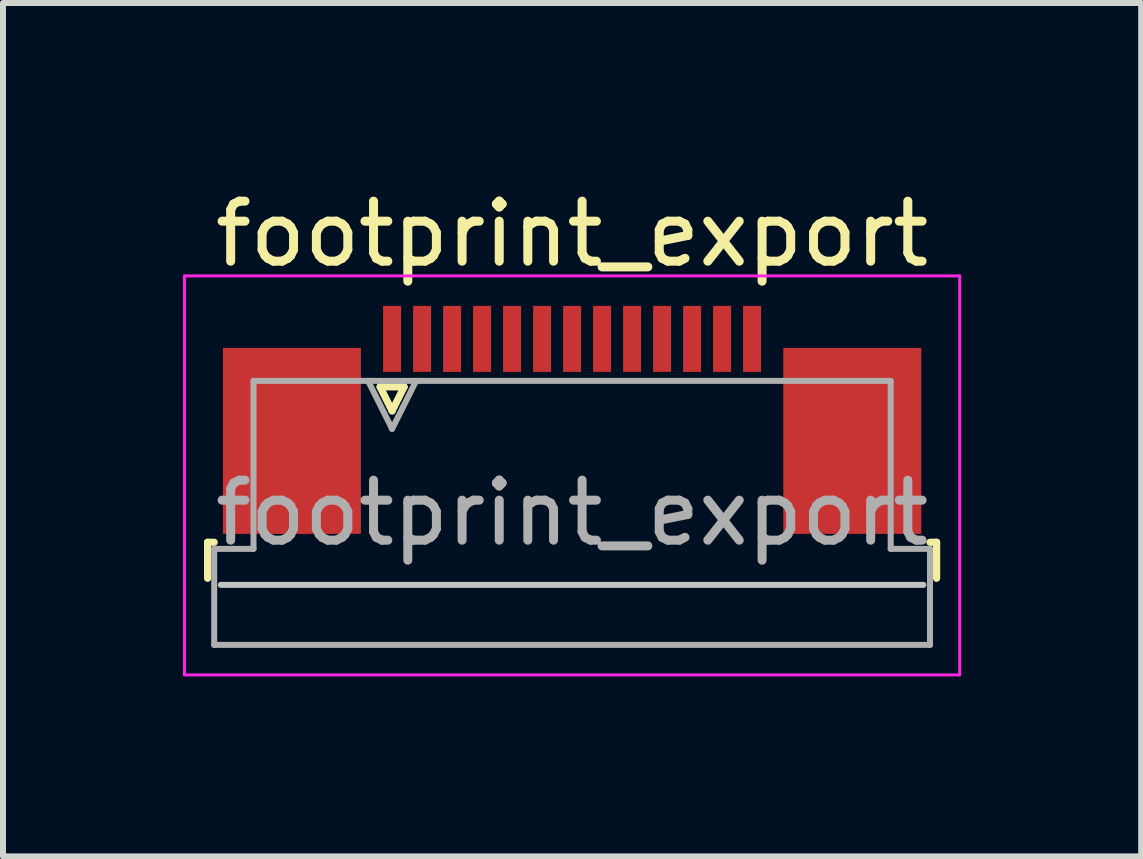
<source format=kicad_pcb>
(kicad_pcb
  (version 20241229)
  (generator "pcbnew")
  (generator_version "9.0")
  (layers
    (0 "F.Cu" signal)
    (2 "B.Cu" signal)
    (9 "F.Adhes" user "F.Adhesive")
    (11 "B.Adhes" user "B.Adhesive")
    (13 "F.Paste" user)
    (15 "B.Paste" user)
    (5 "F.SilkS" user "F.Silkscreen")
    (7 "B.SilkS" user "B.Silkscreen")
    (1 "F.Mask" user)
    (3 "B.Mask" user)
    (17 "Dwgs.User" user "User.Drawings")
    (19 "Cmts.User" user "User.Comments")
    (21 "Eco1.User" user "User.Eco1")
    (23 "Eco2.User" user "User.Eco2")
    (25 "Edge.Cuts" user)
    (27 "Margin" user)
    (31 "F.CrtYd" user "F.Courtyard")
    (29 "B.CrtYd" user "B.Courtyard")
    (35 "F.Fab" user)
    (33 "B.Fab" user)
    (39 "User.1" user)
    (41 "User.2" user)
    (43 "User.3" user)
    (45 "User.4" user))
  (footprint "footprint_export"
    (layer "F.Cu")
    (at 6.485 3.948)
    (property "Reference" "footprint_export" (at 0 -3.1 0) (layer "F.SilkS") (effects (font (size 1 1) (thickness 0.15))))
    (attr smd)
    (fp_line (start -6.075 2.04) (end -6.075 2.64) (stroke (width 0.12) (type solid)) (layer "F.SilkS"))
    (fp_line (start -5.965 2.04) (end -6.075 2.04) (stroke (width 0.12) (type solid)) (layer "F.SilkS"))
    (fp_line (start -3.2 -0.55) (end -3 -0.15) (stroke (width 0.12) (type solid)) (layer "F.SilkS"))
    (fp_line (start -3 -0.15) (end -2.8 -0.55) (stroke (width 0.12) (type solid)) (layer "F.SilkS"))
    (fp_line (start -2.8 -0.55) (end -3.2 -0.55) (stroke (width 0.12) (type solid)) (layer "F.SilkS"))
    (fp_line (start 5.965 2.04) (end 6.075 2.04) (stroke (width 0.12) (type solid)) (layer "F.SilkS"))
    (fp_line (start 6.075 2.04) (end 6.075 2.64) (stroke (width 0.12) (type solid)) (layer "F.SilkS"))
    (fp_line (start 5.855 2.75) (end -5.855 2.75) (stroke (width 0.1) (type solid)) (layer "Dwgs.User"))
    (fp_line (start -6.46 -2.4) (end -6.46 4.25) (stroke (width 0.05) (type solid)) (layer "F.CrtYd"))
    (fp_line (start -6.46 4.25) (end 6.46 4.25) (stroke (width 0.05) (type solid)) (layer "F.CrtYd"))
    (fp_line (start 6.46 -2.4) (end -6.46 -2.4) (stroke (width 0.05) (type solid)) (layer "F.CrtYd"))
    (fp_line (start 6.46 4.25) (end 6.46 -2.4) (stroke (width 0.05) (type solid)) (layer "F.CrtYd"))
    (fp_line (start -5.965 2.15) (end -5.31 2.15) (stroke (width 0.1) (type solid)) (layer "F.Fab"))
    (fp_line (start -5.965 3.75) (end -5.965 2.15) (stroke (width 0.1) (type solid)) (layer "F.Fab"))
    (fp_line (start -5.31 -0.65) (end 5.31 -0.65) (stroke (width 0.1) (type solid)) (layer "F.Fab"))
    (fp_line (start -5.31 2.15) (end -5.31 -0.65) (stroke (width 0.1) (type solid)) (layer "F.Fab"))
    (fp_line (start -3.4 -0.65) (end -3 0.15) (stroke (width 0.1) (type solid)) (layer "F.Fab"))
    (fp_line (start -3 0.15) (end -2.6 -0.65) (stroke (width 0.1) (type solid)) (layer "F.Fab"))
    (fp_line (start 5.31 -0.65) (end 5.31 2.15) (stroke (width 0.1) (type solid)) (layer "F.Fab"))
    (fp_line (start 5.31 2.15) (end 5.965 2.15) (stroke (width 0.1) (type solid)) (layer "F.Fab"))
    (fp_line (start 5.965 2.15) (end 5.965 3.75) (stroke (width 0.1) (type solid)) (layer "F.Fab"))
    (fp_line (start 5.965 3.75) (end -5.965 3.75) (stroke (width 0.1) (type solid)) (layer "F.Fab"))
    (fp_text user "${REFERENCE}" (at 0 1.55 0) (layer "F.Fab") (effects (font (size 1 1) (thickness 0.15))))
    (pad "1" smd rect (at -3 -1.35) (size 0.3 1.1) (layers "F.Cu" "F.Mask" "F.Paste"))
    (pad "2" smd rect (at -2.5 -1.35) (size 0.3 1.1) (layers "F.Cu" "F.Mask" "F.Paste"))
    (pad "3" smd rect (at -2 -1.35) (size 0.3 1.1) (layers "F.Cu" "F.Mask" "F.Paste"))
    (pad "4" smd rect (at -1.5 -1.35) (size 0.3 1.1) (layers "F.Cu" "F.Mask" "F.Paste"))
    (pad "5" smd rect (at -1 -1.35) (size 0.3 1.1) (layers "F.Cu" "F.Mask" "F.Paste"))
    (pad "6" smd rect (at -0.5 -1.35) (size 0.3 1.1) (layers "F.Cu" "F.Mask" "F.Paste"))
    (pad "7" smd rect (at 0 -1.35) (size 0.3 1.1) (layers "F.Cu" "F.Mask" "F.Paste"))
    (pad "8" smd rect (at 0.5 -1.35) (size 0.3 1.1) (layers "F.Cu" "F.Mask" "F.Paste"))
    (pad "9" smd rect (at 1 -1.35) (size 0.3 1.1) (layers "F.Cu" "F.Mask" "F.Paste"))
    (pad "10" smd rect (at 1.5 -1.35) (size 0.3 1.1) (layers "F.Cu" "F.Mask" "F.Paste"))
    (pad "11" smd rect (at 2 -1.35) (size 0.3 1.1) (layers "F.Cu" "F.Mask" "F.Paste"))
    (pad "12" smd rect (at 2.5 -1.35) (size 0.3 1.1) (layers "F.Cu" "F.Mask" "F.Paste"))
    (pad "13" smd rect (at 3 -1.35) (size 0.3 1.1) (layers "F.Cu" "F.Mask" "F.Paste"))
    (pad "MP" smd rect (at -4.67 0.35) (size 2.3 3.1) (layers "F.Cu" "F.Mask" "F.Paste"))
    (pad "MP" smd rect (at 4.67 0.35) (size 2.3 3.1) (layers "F.Cu" "F.Mask" "F.Paste")))
  (gr_rect
    (start -3 -3)
    (end 15.97 11.223)
    (stroke (width 0.1) (type default))
    (fill no)
    (layer "Edge.Cuts")))
</source>
